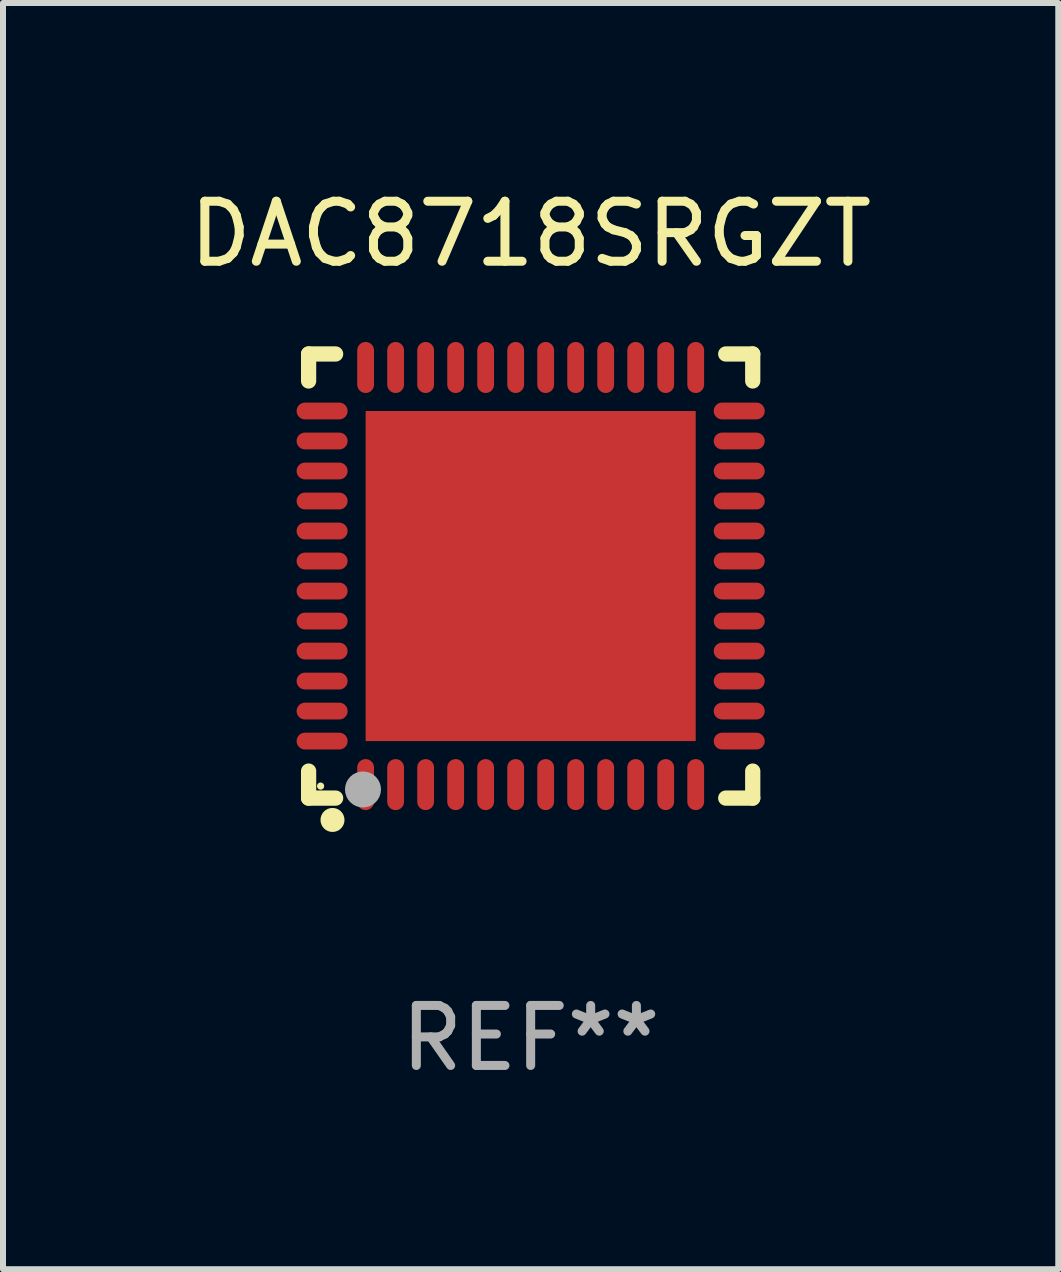
<source format=kicad_pcb>
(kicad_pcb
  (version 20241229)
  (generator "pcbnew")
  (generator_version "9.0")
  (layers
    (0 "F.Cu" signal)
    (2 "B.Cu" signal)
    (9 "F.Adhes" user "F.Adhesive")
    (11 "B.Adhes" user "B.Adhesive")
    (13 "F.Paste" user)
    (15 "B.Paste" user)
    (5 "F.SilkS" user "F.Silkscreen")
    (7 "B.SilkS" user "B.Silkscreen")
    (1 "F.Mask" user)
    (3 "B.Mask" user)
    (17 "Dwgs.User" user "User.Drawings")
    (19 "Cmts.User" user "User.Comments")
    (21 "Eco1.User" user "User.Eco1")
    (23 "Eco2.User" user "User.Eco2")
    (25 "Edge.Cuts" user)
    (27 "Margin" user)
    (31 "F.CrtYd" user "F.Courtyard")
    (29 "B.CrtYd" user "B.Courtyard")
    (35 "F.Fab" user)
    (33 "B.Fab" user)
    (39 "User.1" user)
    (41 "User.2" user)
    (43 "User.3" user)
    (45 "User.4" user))
  (footprint "DAC8718SRGZT"
    (layer "F.Cu")
    (at 5.792 6.548)
    (property "Reference" "DAC8718SRGZT" (at 0 -5.7 0) (layer "F.SilkS") (effects (font (size 1 1) (thickness 0.15))))
    (attr through_hole)
    (fp_line (start -3.7 -3.7) (end -3.25 -3.7) (stroke (width 0.254) (type solid)) (layer "F.SilkS"))
    (fp_line (start -3.7 -3.25) (end -3.7 -3.7) (stroke (width 0.254) (type solid)) (layer "F.SilkS"))
    (fp_line (start -3.7 3.7) (end -3.7 3.25) (stroke (width 0.254) (type solid)) (layer "F.SilkS"))
    (fp_line (start -3.25 3.7) (end -3.7 3.7) (stroke (width 0.254) (type solid)) (layer "F.SilkS"))
    (fp_line (start 3.25 3.7) (end 3.7 3.7) (stroke (width 0.254) (type solid)) (layer "F.SilkS"))
    (fp_line (start 3.7 -3.7) (end 3.25 -3.7) (stroke (width 0.254) (type solid)) (layer "F.SilkS"))
    (fp_line (start 3.7 -3.25) (end 3.7 -3.7) (stroke (width 0.254) (type solid)) (layer "F.SilkS"))
    (fp_line (start 3.7 3.7) (end 3.7 3.25) (stroke (width 0.254) (type solid)) (layer "F.SilkS"))
    (fp_circle (center -3.5 3.5) (end -3.47 3.5) (stroke (width 0.06) (type solid)) (fill no) (layer "F.SilkS"))
    (fp_circle (center -3.302 4.064) (end -3.202 4.064) (stroke (width 0.2) (type solid)) (fill no) (layer "F.SilkS"))
    (fp_circle (center -2.794 3.556) (end -2.644 3.556) (stroke (width 0.3) (type solid)) (fill no) (layer "F.Fab"))
    (fp_text user "REF**" (at 0 7.7 0) (layer "F.Fab") (effects (font (size 1 1) (thickness 0.15))))
    (pad "1" smd oval (at -2.75 3.475) (size 0.28 0.85) (layers "F.Cu" "F.Mask" "F.Paste"))
    (pad "2" smd oval (at -2.25 3.475) (size 0.28 0.85) (layers "F.Cu" "F.Mask" "F.Paste"))
    (pad "3" smd oval (at -1.75 3.475) (size 0.28 0.85) (layers "F.Cu" "F.Mask" "F.Paste"))
    (pad "4" smd oval (at -1.25 3.475) (size 0.28 0.85) (layers "F.Cu" "F.Mask" "F.Paste"))
    (pad "5" smd oval (at -0.75 3.475) (size 0.28 0.85) (layers "F.Cu" "F.Mask" "F.Paste"))
    (pad "6" smd oval (at -0.25 3.475) (size 0.28 0.85) (layers "F.Cu" "F.Mask" "F.Paste"))
    (pad "7" smd oval (at 0.25 3.475) (size 0.28 0.85) (layers "F.Cu" "F.Mask" "F.Paste"))
    (pad "8" smd oval (at 0.75 3.475) (size 0.28 0.85) (layers "F.Cu" "F.Mask" "F.Paste"))
    (pad "9" smd oval (at 1.25 3.475) (size 0.28 0.85) (layers "F.Cu" "F.Mask" "F.Paste"))
    (pad "10" smd oval (at 1.75 3.475) (size 0.28 0.85) (layers "F.Cu" "F.Mask" "F.Paste"))
    (pad "11" smd oval (at 2.25 3.475) (size 0.28 0.85) (layers "F.Cu" "F.Mask" "F.Paste"))
    (pad "12" smd oval (at 2.75 3.475) (size 0.28 0.85) (layers "F.Cu" "F.Mask" "F.Paste"))
    (pad "13" smd oval (at 3.475 2.75) (size 0.85 0.28) (layers "F.Cu" "F.Mask" "F.Paste"))
    (pad "14" smd oval (at 3.475 2.25) (size 0.85 0.28) (layers "F.Cu" "F.Mask" "F.Paste"))
    (pad "15" smd oval (at 3.475 1.75) (size 0.85 0.28) (layers "F.Cu" "F.Mask" "F.Paste"))
    (pad "16" smd oval (at 3.475 1.25) (size 0.85 0.28) (layers "F.Cu" "F.Mask" "F.Paste"))
    (pad "17" smd oval (at 3.475 0.75) (size 0.85 0.28) (layers "F.Cu" "F.Mask" "F.Paste"))
    (pad "18" smd oval (at 3.475 0.25) (size 0.85 0.28) (layers "F.Cu" "F.Mask" "F.Paste"))
    (pad "19" smd oval (at 3.475 -0.25) (size 0.85 0.28) (layers "F.Cu" "F.Mask" "F.Paste"))
    (pad "20" smd oval (at 3.475 -0.75) (size 0.85 0.28) (layers "F.Cu" "F.Mask" "F.Paste"))
    (pad "21" smd oval (at 3.475 -1.25) (size 0.85 0.28) (layers "F.Cu" "F.Mask" "F.Paste"))
    (pad "22" smd oval (at 3.475 -1.75) (size 0.85 0.28) (layers "F.Cu" "F.Mask" "F.Paste"))
    (pad "23" smd oval (at 3.475 -2.25) (size 0.85 0.28) (layers "F.Cu" "F.Mask" "F.Paste"))
    (pad "24" smd oval (at 3.475 -2.75) (size 0.85 0.28) (layers "F.Cu" "F.Mask" "F.Paste"))
    (pad "25" smd oval (at 2.75 -3.475) (size 0.28 0.85) (layers "F.Cu" "F.Mask" "F.Paste"))
    (pad "26" smd oval (at 2.25 -3.475) (size 0.28 0.85) (layers "F.Cu" "F.Mask" "F.Paste"))
    (pad "27" smd oval (at 1.75 -3.475) (size 0.28 0.85) (layers "F.Cu" "F.Mask" "F.Paste"))
    (pad "28" smd oval (at 1.25 -3.475) (size 0.28 0.85) (layers "F.Cu" "F.Mask" "F.Paste"))
    (pad "29" smd oval (at 0.75 -3.475) (size 0.28 0.85) (layers "F.Cu" "F.Mask" "F.Paste"))
    (pad "30" smd oval (at 0.25 -3.475) (size 0.28 0.85) (layers "F.Cu" "F.Mask" "F.Paste"))
    (pad "31" smd oval (at -0.25 -3.475) (size 0.28 0.85) (layers "F.Cu" "F.Mask" "F.Paste"))
    (pad "32" smd oval (at -0.75 -3.475) (size 0.28 0.85) (layers "F.Cu" "F.Mask" "F.Paste"))
    (pad "33" smd oval (at -1.25 -3.475) (size 0.28 0.85) (layers "F.Cu" "F.Mask" "F.Paste"))
    (pad "34" smd oval (at -1.75 -3.475) (size 0.28 0.85) (layers "F.Cu" "F.Mask" "F.Paste"))
    (pad "35" smd oval (at -2.25 -3.475) (size 0.28 0.85) (layers "F.Cu" "F.Mask" "F.Paste"))
    (pad "36" smd oval (at -2.75 -3.475) (size 0.28 0.85) (layers "F.Cu" "F.Mask" "F.Paste"))
    (pad "37" smd oval (at -3.475 -2.75) (size 0.85 0.28) (layers "F.Cu" "F.Mask" "F.Paste"))
    (pad "38" smd oval (at -3.475 -2.25) (size 0.85 0.28) (layers "F.Cu" "F.Mask" "F.Paste"))
    (pad "39" smd oval (at -3.475 -1.75) (size 0.85 0.28) (layers "F.Cu" "F.Mask" "F.Paste"))
    (pad "40" smd oval (at -3.475 -1.25) (size 0.85 0.28) (layers "F.Cu" "F.Mask" "F.Paste"))
    (pad "41" smd oval (at -3.475 -0.75) (size 0.85 0.28) (layers "F.Cu" "F.Mask" "F.Paste"))
    (pad "42" smd oval (at -3.475 -0.25) (size 0.85 0.28) (layers "F.Cu" "F.Mask" "F.Paste"))
    (pad "43" smd oval (at -3.475 0.25) (size 0.85 0.28) (layers "F.Cu" "F.Mask" "F.Paste"))
    (pad "44" smd oval (at -3.475 0.75) (size 0.85 0.28) (layers "F.Cu" "F.Mask" "F.Paste"))
    (pad "45" smd oval (at -3.475 1.25) (size 0.85 0.28) (layers "F.Cu" "F.Mask" "F.Paste"))
    (pad "46" smd oval (at -3.475 1.75) (size 0.85 0.28) (layers "F.Cu" "F.Mask" "F.Paste"))
    (pad "47" smd oval (at -3.475 2.25) (size 0.85 0.28) (layers "F.Cu" "F.Mask" "F.Paste"))
    (pad "48" smd oval (at -3.475 2.75) (size 0.85 0.28) (layers "F.Cu" "F.Mask" "F.Paste"))
    (pad "49" smd rect (at -0.000102 0.000102) (size 5.5 5.5) (layers "F.Cu" "F.Mask" "F.Paste")))
  (gr_rect
    (start -3 -3)
    (end 14.583 18.097)
    (stroke (width 0.1) (type default))
    (fill no)
    (layer "Edge.Cuts")))
</source>
